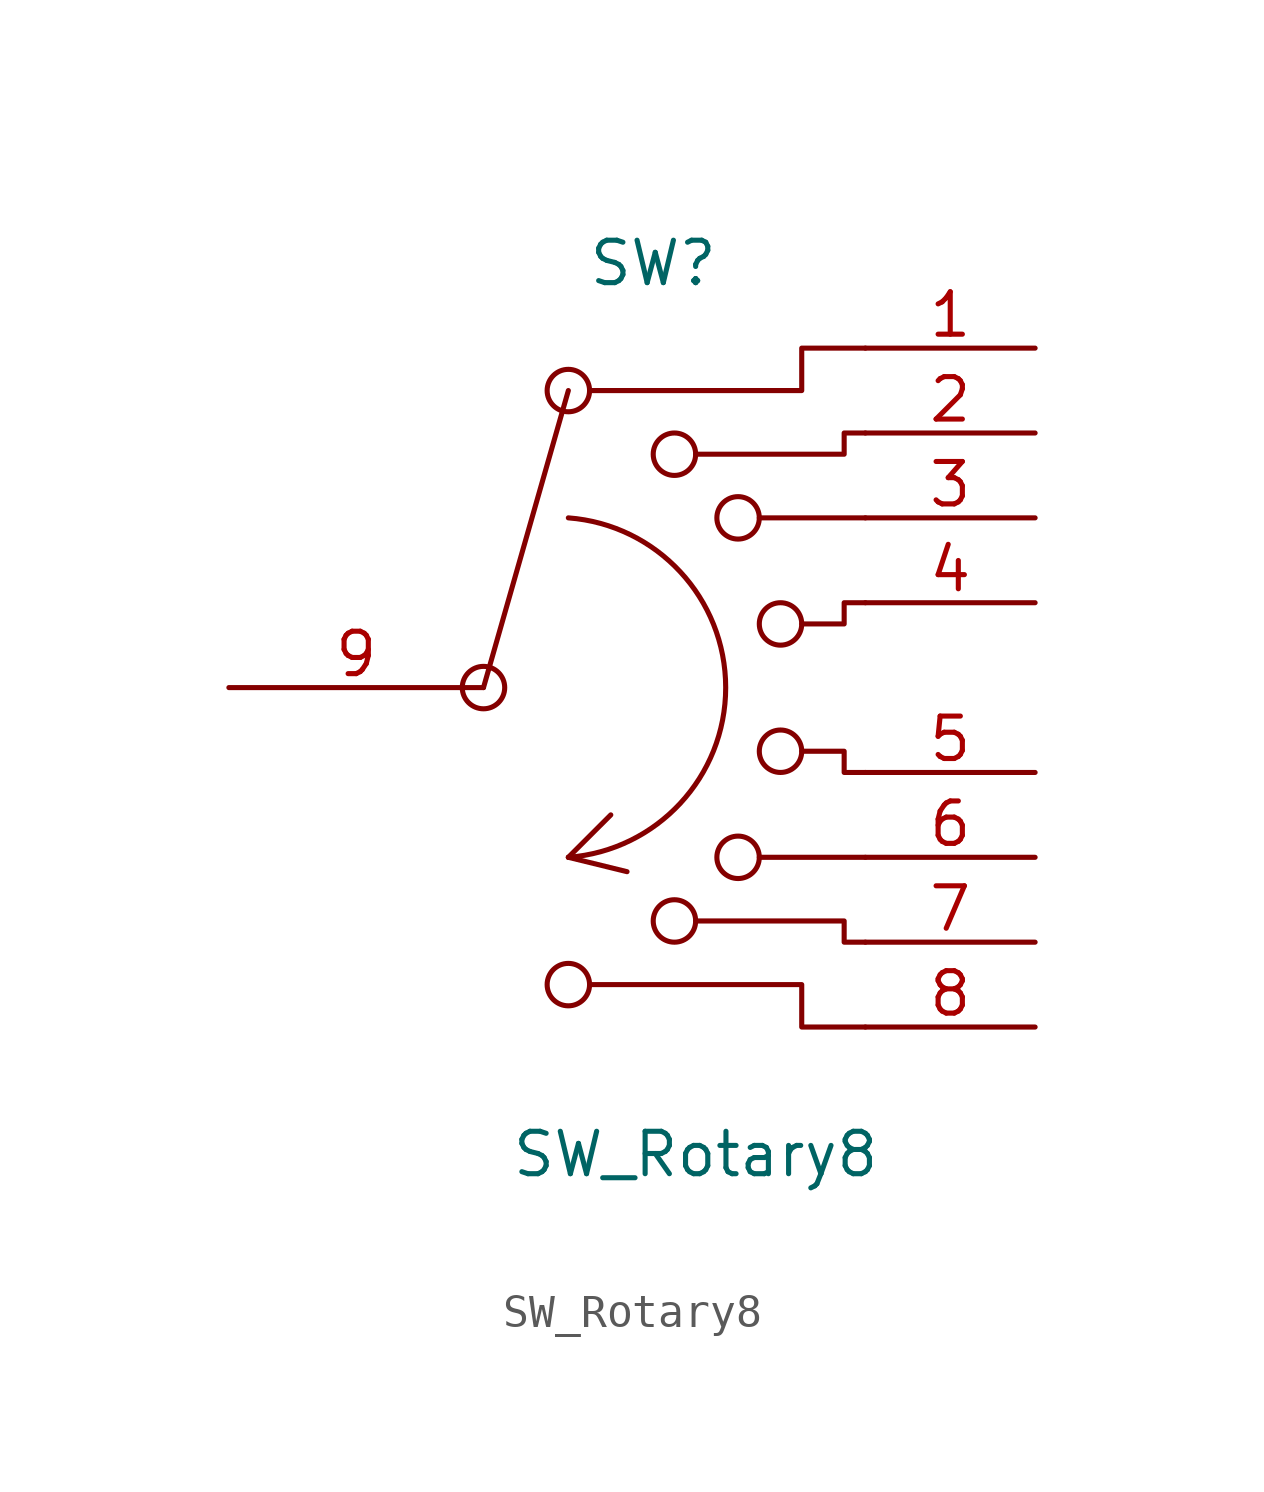
<source format=kicad_sym>
(kicad_symbol_lib
  (version 20220914)
  (generator kicad_symbol_editor)
  (symbol "SW_Rotary8"
    (pin_names
      (offset 1.016) hide)
    (property "Reference" "SW"
      (at -1.27 12.7 0)
      (effects (font (size 1.27 1.27))))
    (property "Value" "SW_Rotary8"
      (at 0 -13.97 0)
      (effects (font (size 1.27 1.27))))
    (symbol "SW_Rotary8_0_0"
      (circle (center -6.35 0) (radius 0.635) (stroke (width 0) (type default)) (fill (type none)))
      (circle (center -3.81 -8.89) (radius 0.635) (stroke (width 0) (type default)) (fill (type none)))
      (arc (start -3.81 -5.08) (mid 0.8992 0) (end -3.81 5.08) (stroke (width 0) (type default)) (fill (type none)))
      (circle (center -3.81 8.89) (radius 0.635) (stroke (width 0) (type default)) (fill (type none)))
      (circle (center -0.635 -6.985) (radius 0.635) (stroke (width 0) (type default)) (fill (type none)))
      (circle (center -0.635 6.985) (radius 0.635) (stroke (width 0) (type default)) (fill (type none)))
      (polyline (pts (xy -6.35 0) (xy -3.81 8.89)) (stroke (width 0) (type default)) (fill (type none)))
      (polyline (pts (xy -3.81 -5.08) (xy -2.54 -3.81)) (stroke (width 0) (type default)) (fill (type none)))
      (polyline (pts (xy -3.81 -5.08) (xy -2.054 -5.51)) (stroke (width 0) (type default)) (fill (type none)))
      (polyline (pts (xy 1.905 -5.08) (xy 5.08 -5.08)) (stroke (width 0) (type default)) (fill (type none)))
      (polyline (pts (xy 1.905 5.08) (xy 5.08 5.08)) (stroke (width 0) (type default)) (fill (type none)))
      (polyline (pts (xy -3.175 -8.89) (xy 3.175 -8.89) (xy 3.175 -10.16) (xy 5.08 -10.16)) (stroke (width 0) (type default)) (fill (type none)))
      (polyline (pts (xy -3.175 8.89) (xy 3.175 8.89) (xy 3.175 10.16) (xy 5.08 10.16)) (stroke (width 0) (type default)) (fill (type none)))
      (polyline (pts (xy 0 -6.985) (xy 4.445 -6.985) (xy 4.445 -7.62) (xy 5.08 -7.62)) (stroke (width 0) (type default)) (fill (type none)))
      (polyline (pts (xy 0 6.985) (xy 4.445 6.985) (xy 4.445 7.62) (xy 5.08 7.62)) (stroke (width 0) (type default)) (fill (type none)))
      (polyline (pts (xy 3.175 -1.905) (xy 4.445 -1.905) (xy 4.445 -2.54) (xy 5.08 -2.54)) (stroke (width 0) (type default)) (fill (type none)))
      (polyline (pts (xy 3.175 1.905) (xy 4.445 1.905) (xy 4.445 2.54) (xy 5.08 2.54)) (stroke (width 0) (type default)) (fill (type none)))
      (circle (center 1.27 -5.08) (radius 0.635) (stroke (width 0) (type default)) (fill (type none)))
      (circle (center 1.27 5.08) (radius 0.635) (stroke (width 0) (type default)) (fill (type none)))
      (circle (center 2.54 -1.905) (radius 0.635) (stroke (width 0) (type default)) (fill (type none)))
      (circle (center 2.54 1.905) (radius 0.635) (stroke (width 0) (type default)) (fill (type none))))
    (symbol "SW_Rotary8_1_1"
      (pin passive line (at 10.16 10.16 180) (length 5.08) (name "1" (effects (font (size 1.27 1.27)))) (number "1" (effects (font (size 1.27 1.27)))))
      (pin passive line (at 10.16 7.62 180) (length 5.08) (name "2" (effects (font (size 1.27 1.27)))) (number "2" (effects (font (size 1.27 1.27)))))
      (pin passive line (at 10.16 5.08 180) (length 5.08) (name "3" (effects (font (size 1.27 1.27)))) (number "3" (effects (font (size 1.27 1.27)))))
      (pin passive line (at 10.16 2.54 180) (length 5.08) (name "4" (effects (font (size 1.27 1.27)))) (number "4" (effects (font (size 1.27 1.27)))))
      (pin passive line (at 10.16 -2.54 180) (length 5.08) (name "5" (effects (font (size 1.27 1.27)))) (number "5" (effects (font (size 1.27 1.27)))))
      (pin passive line (at 10.16 -5.08 180) (length 5.08) (name "6" (effects (font (size 1.27 1.27)))) (number "6" (effects (font (size 1.27 1.27)))))
      (pin passive line (at 10.16 -7.62 180) (length 5.08) (name "7" (effects (font (size 1.27 1.27)))) (number "7" (effects (font (size 1.27 1.27)))))
      (pin passive line (at 10.16 -10.16 180) (length 5.08) (name "8" (effects (font (size 1.27 1.27)))) (number "8" (effects (font (size 1.27 1.27)))))
      (pin passive line (at -13.97 0 0) (length 7.62) (name "9" (effects (font (size 1.27 1.27)))) (number "9" (effects (font (size 1.27 1.27))))))))
</source>
